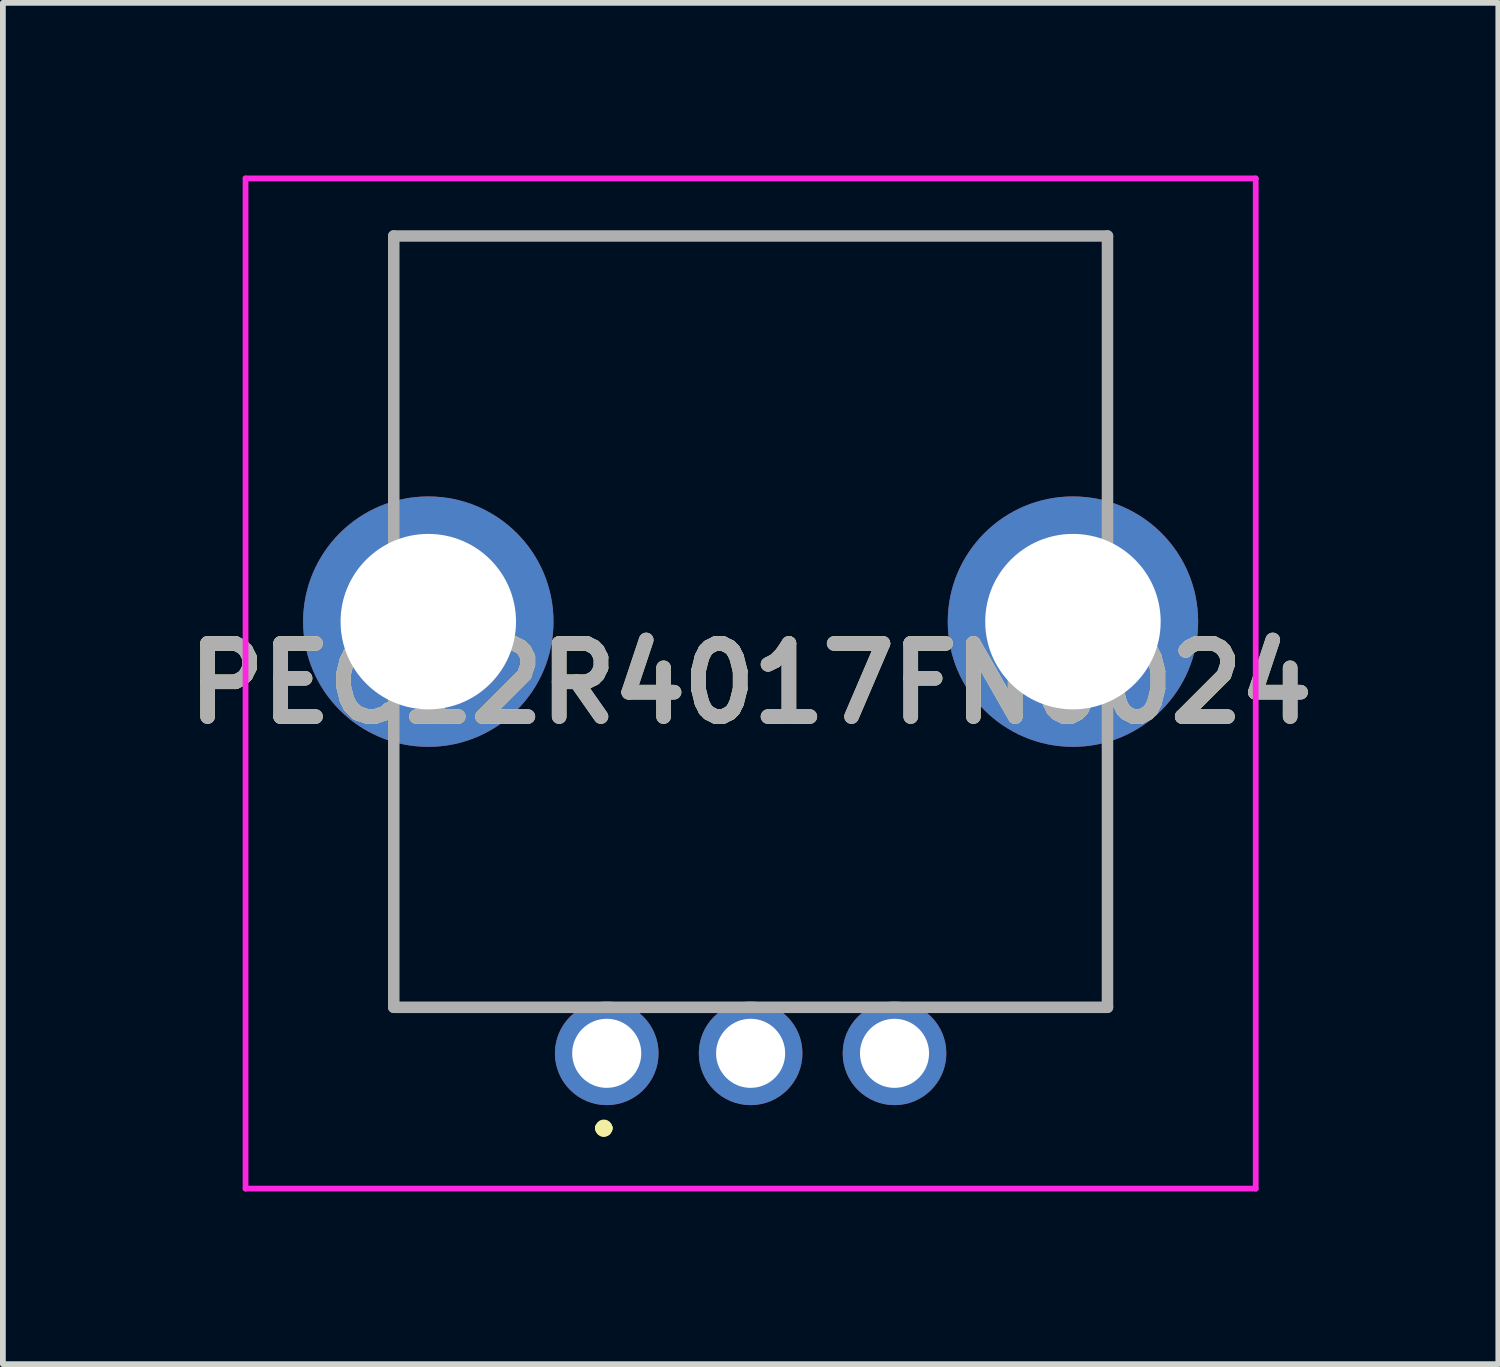
<source format=kicad_pcb>
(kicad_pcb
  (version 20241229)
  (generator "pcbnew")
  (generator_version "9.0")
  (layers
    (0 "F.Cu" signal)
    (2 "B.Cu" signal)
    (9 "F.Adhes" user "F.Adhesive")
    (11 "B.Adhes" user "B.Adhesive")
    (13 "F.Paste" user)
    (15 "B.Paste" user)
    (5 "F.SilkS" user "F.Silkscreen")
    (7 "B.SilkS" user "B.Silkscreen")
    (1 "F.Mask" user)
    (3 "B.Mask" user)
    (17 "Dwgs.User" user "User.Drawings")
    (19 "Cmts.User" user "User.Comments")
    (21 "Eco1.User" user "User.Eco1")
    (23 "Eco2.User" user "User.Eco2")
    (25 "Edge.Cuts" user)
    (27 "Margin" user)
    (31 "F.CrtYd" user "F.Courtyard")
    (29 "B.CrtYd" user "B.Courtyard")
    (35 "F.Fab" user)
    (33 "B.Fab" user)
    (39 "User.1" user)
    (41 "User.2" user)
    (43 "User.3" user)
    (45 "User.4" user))
  (footprint "PEC12R4017FN0024"
    (layer "F.Cu")
    (at 7.491 15.25)
    (property "Reference" "PEC12R4017FN0024" (at 2.5 -6.425 0) (layer "F.SilkS") (effects (font (size 1.27 1.27) (thickness 0.254))))
    (attr through_hole)
    (fp_line (start -3.7 -14.2) (end -3.7 -14.2) (stroke (width 0.1) (type solid)) (layer "F.SilkS"))
    (fp_line (start -3.7 -14.2) (end -3.7 -14.2) (stroke (width 0.1) (type solid)) (layer "F.SilkS"))
    (fp_line (start -3.7 -14.2) (end -3.7 -10.5) (stroke (width 0.1) (type solid)) (layer "F.SilkS"))
    (fp_line (start -3.7 -14.2) (end 8.7 -14.2) (stroke (width 0.1) (type solid)) (layer "F.SilkS"))
    (fp_line (start -3.7 -10.5) (end -3.7 -14.2) (stroke (width 0.1) (type solid)) (layer "F.SilkS"))
    (fp_line (start -3.7 -10.5) (end -3.7 -10.5) (stroke (width 0.1) (type solid)) (layer "F.SilkS"))
    (fp_line (start -3.7 -4.5) (end -3.7 -4.5) (stroke (width 0.1) (type solid)) (layer "F.SilkS"))
    (fp_line (start -3.7 -4.5) (end -3.7 -0.8) (stroke (width 0.1) (type solid)) (layer "F.SilkS"))
    (fp_line (start -3.7 -0.8) (end -3.7 -4.5) (stroke (width 0.1) (type solid)) (layer "F.SilkS"))
    (fp_line (start -3.7 -0.8) (end -3.7 -0.8) (stroke (width 0.1) (type solid)) (layer "F.SilkS"))
    (fp_line (start -3.7 -0.8) (end -3.7 -0.8) (stroke (width 0.1) (type solid)) (layer "F.SilkS"))
    (fp_line (start -3.7 -0.8) (end -1.5 -0.8) (stroke (width 0.1) (type solid)) (layer "F.SilkS"))
    (fp_line (start -1.5 -0.8) (end -3.7 -0.8) (stroke (width 0.1) (type solid)) (layer "F.SilkS"))
    (fp_line (start -1.5 -0.8) (end -1.5 -0.8) (stroke (width 0.1) (type solid)) (layer "F.SilkS"))
    (fp_line (start -0.1 1.3) (end -0.1 1.3) (stroke (width 0.2) (type solid)) (layer "F.SilkS"))
    (fp_line (start -0.1 1.3) (end -0.1 1.3) (stroke (width 0.2) (type solid)) (layer "F.SilkS"))
    (fp_line (start 0 1.3) (end 0 1.3) (stroke (width 0.2) (type solid)) (layer "F.SilkS"))
    (fp_line (start 6.5 -0.8) (end 6.5 -0.8) (stroke (width 0.1) (type solid)) (layer "F.SilkS"))
    (fp_line (start 6.5 -0.8) (end 8.7 -0.8) (stroke (width 0.1) (type solid)) (layer "F.SilkS"))
    (fp_line (start 8.7 -14.2) (end -3.7 -14.2) (stroke (width 0.1) (type solid)) (layer "F.SilkS"))
    (fp_line (start 8.7 -14.2) (end 8.7 -14.2) (stroke (width 0.1) (type solid)) (layer "F.SilkS"))
    (fp_line (start 8.7 -14.2) (end 8.7 -14.2) (stroke (width 0.1) (type solid)) (layer "F.SilkS"))
    (fp_line (start 8.7 -14.2) (end 8.7 -10.25) (stroke (width 0.1) (type solid)) (layer "F.SilkS"))
    (fp_line (start 8.7 -10.25) (end 8.7 -14.2) (stroke (width 0.1) (type solid)) (layer "F.SilkS"))
    (fp_line (start 8.7 -10.25) (end 8.7 -10.25) (stroke (width 0.1) (type solid)) (layer "F.SilkS"))
    (fp_line (start 8.7 -4.75) (end 8.7 -4.75) (stroke (width 0.1) (type solid)) (layer "F.SilkS"))
    (fp_line (start 8.7 -4.75) (end 8.7 -0.8) (stroke (width 0.1) (type solid)) (layer "F.SilkS"))
    (fp_line (start 8.7 -0.8) (end 6.5 -0.8) (stroke (width 0.1) (type solid)) (layer "F.SilkS"))
    (fp_line (start 8.7 -0.8) (end 8.7 -4.75) (stroke (width 0.1) (type solid)) (layer "F.SilkS"))
    (fp_line (start 8.7 -0.8) (end 8.7 -0.8) (stroke (width 0.1) (type solid)) (layer "F.SilkS"))
    (fp_line (start 8.7 -0.8) (end 8.7 -0.8) (stroke (width 0.1) (type solid)) (layer "F.SilkS"))
    (fp_arc (start -0.1 1.3) (mid -0.05 1.25) (end 0 1.3) (stroke (width 0.2) (type solid)) (layer "F.SilkS"))
    (fp_arc (start 0 1.3) (mid -0.05 1.35) (end -0.1 1.3) (stroke (width 0.2) (type solid)) (layer "F.SilkS"))
    (fp_arc (start 0 1.3) (mid -0.05 1.35) (end -0.1 1.3) (stroke (width 0.2) (type solid)) (layer "F.SilkS"))
    (fp_line (start -6.275 -15.2) (end 11.275 -15.2) (stroke (width 0.1) (type solid)) (layer "F.CrtYd"))
    (fp_line (start -6.275 2.35) (end -6.275 -15.2) (stroke (width 0.1) (type solid)) (layer "F.CrtYd"))
    (fp_line (start 11.275 -15.2) (end 11.275 2.35) (stroke (width 0.1) (type solid)) (layer "F.CrtYd"))
    (fp_line (start 11.275 2.35) (end -6.275 2.35) (stroke (width 0.1) (type solid)) (layer "F.CrtYd"))
    (fp_line (start -3.7 -14.2) (end -3.7 -0.8) (stroke (width 0.2) (type solid)) (layer "F.Fab"))
    (fp_line (start -3.7 -0.8) (end 8.7 -0.8) (stroke (width 0.2) (type solid)) (layer "F.Fab"))
    (fp_line (start 8.7 -14.2) (end -3.7 -14.2) (stroke (width 0.2) (type solid)) (layer "F.Fab"))
    (fp_line (start 8.7 -0.8) (end 8.7 -14.2) (stroke (width 0.2) (type solid)) (layer "F.Fab"))
    (fp_text user "${REFERENCE}" (at 2.5 -6.425 0) (layer "F.Fab") (effects (font (size 1.27 1.27) (thickness 0.254))))
    (pad "A1" thru_hole circle (at 0 0) (size 1.8 1.8) (drill 1.2) (layers "*.Cu" "*.Mask"))
    (pad "B1" thru_hole circle (at 5 0) (size 1.8 1.8) (drill 1.2) (layers "*.Cu" "*.Mask"))
    (pad "C1" thru_hole circle (at 2.5 0) (size 1.8 1.8) (drill 1.2) (layers "*.Cu" "*.Mask"))
    (pad "MH1" thru_hole circle (at -3.1 -7.5) (size 4.35 4.35) (drill 3.048) (layers "*.Cu" "*.Mask"))
    (pad "MH2" thru_hole circle (at 8.1 -7.5) (size 4.35 4.35) (drill 3.048) (layers "*.Cu" "*.Mask")))
  (gr_rect
    (start -3 -3)
    (end 22.981 20.65)
    (stroke (width 0.1) (type default))
    (fill no)
    (layer "Edge.Cuts")))
</source>
